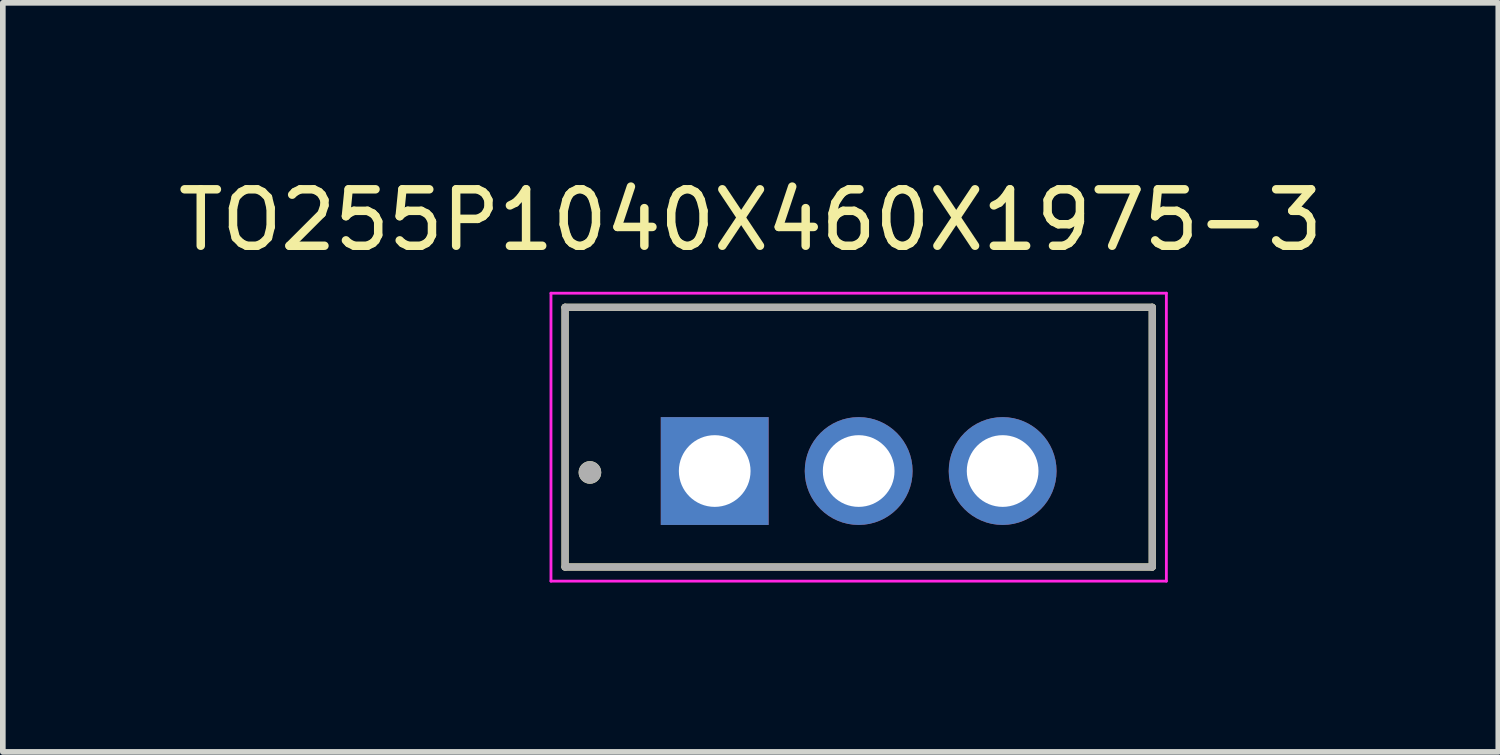
<source format=kicad_pcb>
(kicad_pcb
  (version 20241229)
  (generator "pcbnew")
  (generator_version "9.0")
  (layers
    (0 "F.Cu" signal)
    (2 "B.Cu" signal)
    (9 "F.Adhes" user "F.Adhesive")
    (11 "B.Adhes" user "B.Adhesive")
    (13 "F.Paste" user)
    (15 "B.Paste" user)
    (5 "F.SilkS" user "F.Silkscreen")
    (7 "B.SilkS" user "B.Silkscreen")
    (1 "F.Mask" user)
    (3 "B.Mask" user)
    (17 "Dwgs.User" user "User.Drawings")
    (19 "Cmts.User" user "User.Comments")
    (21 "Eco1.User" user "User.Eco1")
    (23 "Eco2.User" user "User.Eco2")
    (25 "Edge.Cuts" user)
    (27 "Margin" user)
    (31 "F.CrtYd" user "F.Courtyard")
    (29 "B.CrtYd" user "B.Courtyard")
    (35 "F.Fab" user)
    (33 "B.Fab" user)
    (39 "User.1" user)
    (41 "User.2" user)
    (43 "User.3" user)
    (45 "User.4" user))
  (footprint "TO255P1040X460X1975-3"
    (layer "F.Cu")
    (at 9.609 5.293)
    (property "Reference" "TO255P1040X460X1975-3" (at 0.635 -4.445 0) (layer "F.SilkS") (effects (font (size 1 1) (thickness 0.15))))
    (attr through_hole)
    (fp_line (start -2.65 -2.9) (end 7.75 -2.9) (stroke (width 0.127) (type solid)) (layer "F.SilkS"))
    (fp_line (start -2.65 1.7) (end -2.65 -2.9) (stroke (width 0.127) (type solid)) (layer "F.SilkS"))
    (fp_line (start 7.75 -2.9) (end 7.75 1.7) (stroke (width 0.127) (type solid)) (layer "F.SilkS"))
    (fp_line (start 7.75 1.7) (end -2.65 1.7) (stroke (width 0.127) (type solid)) (layer "F.SilkS"))
    (fp_circle (center -2.21 0.025) (end -2.11 0.025) (stroke (width 0.2) (type solid)) (fill no) (layer "F.SilkS"))
    (fp_line (start -2.9 -3.15) (end 8 -3.15) (stroke (width 0.05) (type solid)) (layer "F.CrtYd"))
    (fp_line (start -2.9 1.95) (end -2.9 -3.15) (stroke (width 0.05) (type solid)) (layer "F.CrtYd"))
    (fp_line (start 8 -3.15) (end 8 1.95) (stroke (width 0.05) (type solid)) (layer "F.CrtYd"))
    (fp_line (start 8 1.95) (end -2.9 1.95) (stroke (width 0.05) (type solid)) (layer "F.CrtYd"))
    (fp_line (start -2.65 -2.9) (end 7.75 -2.9) (stroke (width 0.127) (type solid)) (layer "F.Fab"))
    (fp_line (start -2.65 1.7) (end -2.65 -2.9) (stroke (width 0.127) (type solid)) (layer "F.Fab"))
    (fp_line (start 7.75 -2.9) (end 7.75 1.7) (stroke (width 0.127) (type solid)) (layer "F.Fab"))
    (fp_line (start 7.75 1.7) (end -2.65 1.7) (stroke (width 0.127) (type solid)) (layer "F.Fab"))
    (fp_circle (center -2.21 0.025) (end -2.11 0.025) (stroke (width 0.2) (type solid)) (fill no) (layer "F.Fab"))
    (pad "1" thru_hole rect (at 0 0) (size 1.91 1.91) (drill 1.27) (layers "*.Cu" "*.Mask"))
    (pad "2" thru_hole circle (at 2.55 0) (size 1.91 1.91) (drill 1.27) (layers "*.Cu" "*.Mask"))
    (pad "3" thru_hole circle (at 5.1 0) (size 1.91 1.91) (drill 1.27) (layers "*.Cu" "*.Mask")))
  (gr_rect
    (start -3 -3)
    (end 23.488 10.268)
    (stroke (width 0.1) (type default))
    (fill no)
    (layer "Edge.Cuts")))
</source>
